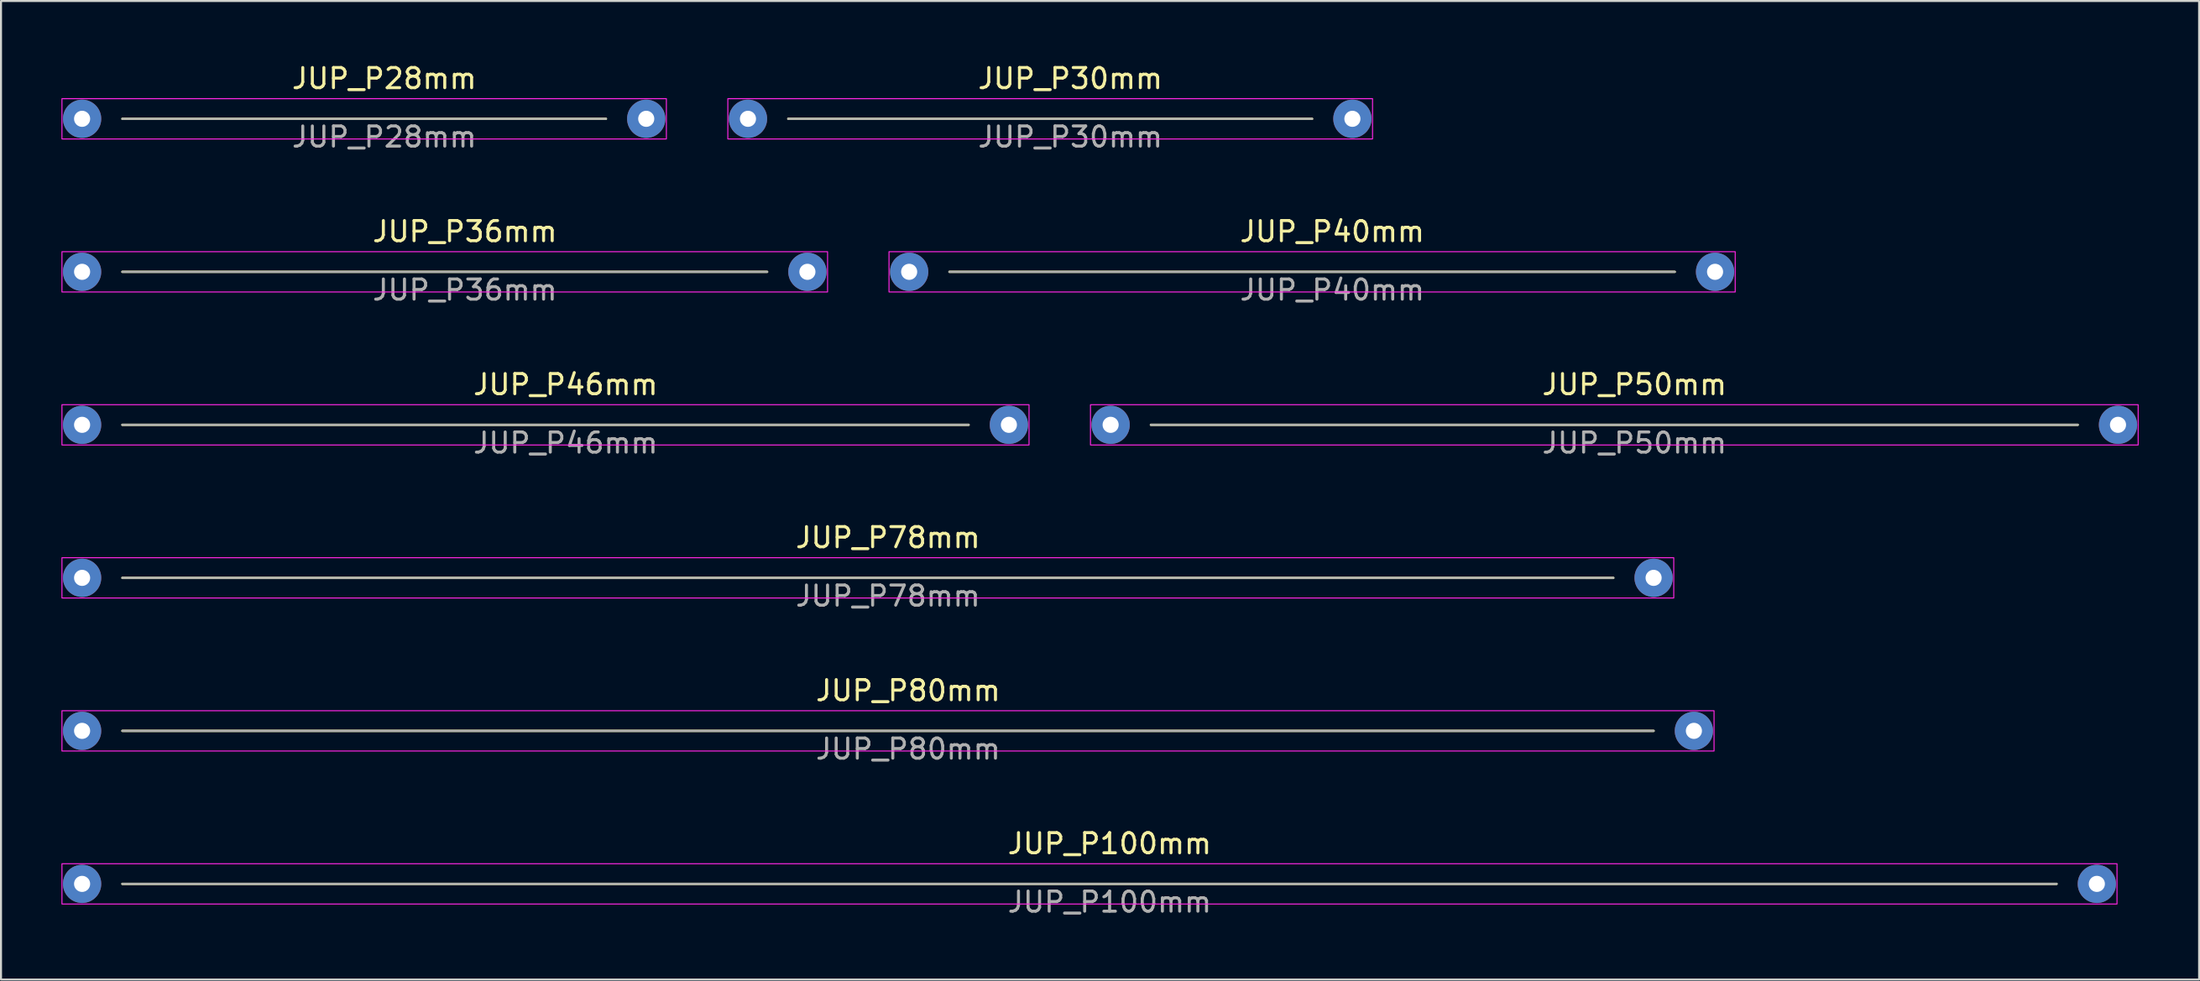
<source format=kicad_pcb>
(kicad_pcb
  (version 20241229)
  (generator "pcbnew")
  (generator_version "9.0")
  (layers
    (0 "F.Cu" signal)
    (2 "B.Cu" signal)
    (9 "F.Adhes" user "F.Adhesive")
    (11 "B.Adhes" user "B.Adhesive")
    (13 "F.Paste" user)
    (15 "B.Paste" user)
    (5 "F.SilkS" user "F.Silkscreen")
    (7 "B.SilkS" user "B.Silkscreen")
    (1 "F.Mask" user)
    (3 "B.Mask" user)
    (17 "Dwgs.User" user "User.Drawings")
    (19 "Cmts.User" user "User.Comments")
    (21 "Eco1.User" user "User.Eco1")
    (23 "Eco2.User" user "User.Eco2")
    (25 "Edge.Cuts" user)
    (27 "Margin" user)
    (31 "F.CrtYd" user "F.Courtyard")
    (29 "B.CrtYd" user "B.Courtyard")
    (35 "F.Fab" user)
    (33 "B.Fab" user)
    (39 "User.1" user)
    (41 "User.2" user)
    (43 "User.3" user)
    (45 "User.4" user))
  (footprint "JUP_P100mm"
    (layer "F.Cu")
    (at 51.025 40.831)
    (property "Reference" "JUP_P100mm" (at 1 -2 0) (unlocked yes) (layer "F.SilkS") (effects (font (size 1 1) (thickness 0.15))))
    (attr through_hole)
    (fp_line (start -48 0) (end 48 0) (stroke (width 0.12) (type solid)) (layer "F.SilkS"))
    (fp_rect (start -51 -1) (end 51 1) (stroke (width 0.05) (type solid)) (fill no) (layer "F.CrtYd"))
    (fp_line (start -48 0) (end 48 0) (stroke (width 0.1) (type solid)) (layer "F.Fab"))
    (fp_text user "${REFERENCE}" (at 1 0.9 0) (unlocked yes) (layer "F.Fab") (effects (font (size 1 1) (thickness 0.15))))
    (pad "1" thru_hole circle (at -50 0) (size 1.9 1.9) (drill 0.8) (layers "*.Cu" "*.Mask"))
    (pad "2" thru_hole circle (at 50 0) (size 1.9 1.9) (drill 0.8) (layers "*.Cu" "*.Mask")))
  (footprint "JUP_P36mm"
    (layer "F.Cu")
    (at 19.025 10.445)
    (property "Reference" "JUP_P36mm" (at 1 -2 0) (unlocked yes) (layer "F.SilkS") (effects (font (size 1 1) (thickness 0.15))))
    (attr through_hole)
    (fp_line (start -16 0) (end 16 0) (stroke (width 0.12) (type solid)) (layer "F.SilkS"))
    (fp_rect (start -19 -1) (end 19 1) (stroke (width 0.05) (type solid)) (fill no) (layer "F.CrtYd"))
    (fp_line (start -16 0) (end 16 0) (stroke (width 0.1) (type solid)) (layer "F.Fab"))
    (fp_text user "${REFERENCE}" (at 1 0.9 0) (unlocked yes) (layer "F.Fab") (effects (font (size 1 1) (thickness 0.15))))
    (pad "1" thru_hole circle (at -18 0) (size 1.9 1.9) (drill 0.8) (layers "*.Cu" "*.Mask"))
    (pad "2" thru_hole circle (at 18 0) (size 1.9 1.9) (drill 0.8) (layers "*.Cu" "*.Mask")))
  (footprint "JUP_P30mm"
    (layer "F.Cu")
    (at 49.075 2.848)
    (property "Reference" "JUP_P30mm" (at 1 -2 0) (unlocked yes) (layer "F.SilkS") (effects (font (size 1 1) (thickness 0.15))))
    (attr through_hole)
    (fp_line (start -13 0) (end 13 0) (stroke (width 0.12) (type solid)) (layer "F.SilkS"))
    (fp_rect (start -16 -1) (end 16 1) (stroke (width 0.05) (type solid)) (fill no) (layer "F.CrtYd"))
    (fp_line (start -13 0) (end 13 0) (stroke (width 0.1) (type solid)) (layer "F.Fab"))
    (fp_text user "${REFERENCE}" (at 1 0.9 0) (unlocked yes) (layer "F.Fab") (effects (font (size 1 1) (thickness 0.15))))
    (pad "1" thru_hole circle (at -15 0) (size 1.9 1.9) (drill 0.8) (layers "*.Cu" "*.Mask"))
    (pad "2" thru_hole circle (at 15 0) (size 1.9 1.9) (drill 0.8) (layers "*.Cu" "*.Mask")))
  (footprint "JUP_P46mm"
    (layer "F.Cu")
    (at 24.025 18.041)
    (property "Reference" "JUP_P46mm" (at 1 -2 0) (unlocked yes) (layer "F.SilkS") (effects (font (size 1 1) (thickness 0.15))))
    (attr through_hole)
    (fp_line (start -21 0) (end 21 0) (stroke (width 0.12) (type solid)) (layer "F.SilkS"))
    (fp_rect (start -24 -1) (end 24 1) (stroke (width 0.05) (type solid)) (fill no) (layer "F.CrtYd"))
    (fp_line (start -21 0) (end 21 0) (stroke (width 0.1) (type solid)) (layer "F.Fab"))
    (fp_text user "${REFERENCE}" (at 1 0.9 0) (unlocked yes) (layer "F.Fab") (effects (font (size 1 1) (thickness 0.15))))
    (pad "1" thru_hole circle (at -23 0) (size 1.9 1.9) (drill 0.8) (layers "*.Cu" "*.Mask"))
    (pad "2" thru_hole circle (at 23 0) (size 1.9 1.9) (drill 0.8) (layers "*.Cu" "*.Mask")))
  (footprint "JUP_P78mm"
    (layer "F.Cu")
    (at 40.025 25.638)
    (property "Reference" "JUP_P78mm" (at 1 -2 0) (unlocked yes) (layer "F.SilkS") (effects (font (size 1 1) (thickness 0.15))))
    (attr through_hole)
    (fp_line (start -37 0) (end 37 0) (stroke (width 0.12) (type solid)) (layer "F.SilkS"))
    (fp_rect (start -40 -1) (end 40 1) (stroke (width 0.05) (type solid)) (fill no) (layer "F.CrtYd"))
    (fp_line (start -37 0) (end 37 0) (stroke (width 0.1) (type solid)) (layer "F.Fab"))
    (fp_text user "${REFERENCE}" (at 1 0.9 0) (unlocked yes) (layer "F.Fab") (effects (font (size 1 1) (thickness 0.15))))
    (pad "1" thru_hole circle (at -39 0) (size 1.9 1.9) (drill 0.8) (layers "*.Cu" "*.Mask"))
    (pad "2" thru_hole circle (at 39 0) (size 1.9 1.9) (drill 0.8) (layers "*.Cu" "*.Mask")))
  (footprint "JUP_P28mm"
    (layer "F.Cu")
    (at 15.025 2.848)
    (property "Reference" "JUP_P28mm" (at 1 -2 0) (unlocked yes) (layer "F.SilkS") (effects (font (size 1 1) (thickness 0.15))))
    (attr through_hole)
    (fp_line (start -12 0) (end 12 0) (stroke (width 0.12) (type solid)) (layer "F.SilkS"))
    (fp_rect (start -15 -1) (end 15 1) (stroke (width 0.05) (type solid)) (fill no) (layer "F.CrtYd"))
    (fp_line (start -12 0) (end 12 0) (stroke (width 0.1) (type solid)) (layer "F.Fab"))
    (fp_text user "${REFERENCE}" (at 1 0.9 0) (unlocked yes) (layer "F.Fab") (effects (font (size 1 1) (thickness 0.15))))
    (pad "1" thru_hole circle (at -14 0) (size 1.9 1.9) (drill 0.8) (layers "*.Cu" "*.Mask"))
    (pad "2" thru_hole circle (at 14 0) (size 1.9 1.9) (drill 0.8) (layers "*.Cu" "*.Mask")))
  (footprint "JUP_P80mm"
    (layer "F.Cu")
    (at 41.025 33.234)
    (property "Reference" "JUP_P80mm" (at 1 -2 0) (unlocked yes) (layer "F.SilkS") (effects (font (size 1 1) (thickness 0.15))))
    (attr through_hole)
    (fp_line (start -38 0) (end 38 0) (stroke (width 0.12) (type solid)) (layer "F.SilkS"))
    (fp_rect (start -41 -1) (end 41 1) (stroke (width 0.05) (type solid)) (fill no) (layer "F.CrtYd"))
    (fp_line (start -38 0) (end 38 0) (stroke (width 0.1) (type solid)) (layer "F.Fab"))
    (fp_text user "${REFERENCE}" (at 1 0.9 0) (unlocked yes) (layer "F.Fab") (effects (font (size 1 1) (thickness 0.15))))
    (pad "1" thru_hole circle (at -40 0) (size 1.9 1.9) (drill 0.8) (layers "*.Cu" "*.Mask"))
    (pad "2" thru_hole circle (at 40 0) (size 1.9 1.9) (drill 0.8) (layers "*.Cu" "*.Mask")))
  (footprint "JUP_P40mm"
    (layer "F.Cu")
    (at 62.075 10.445)
    (property "Reference" "JUP_P40mm" (at 1 -2 0) (unlocked yes) (layer "F.SilkS") (effects (font (size 1 1) (thickness 0.15))))
    (attr through_hole)
    (fp_line (start -18 0) (end 18 0) (stroke (width 0.12) (type solid)) (layer "F.SilkS"))
    (fp_rect (start -21 -1) (end 21 1) (stroke (width 0.05) (type solid)) (fill no) (layer "F.CrtYd"))
    (fp_line (start -18 0) (end 18 0) (stroke (width 0.1) (type solid)) (layer "F.Fab"))
    (fp_text user "${REFERENCE}" (at 1 0.9 0) (unlocked yes) (layer "F.Fab") (effects (font (size 1 1) (thickness 0.15))))
    (pad "1" thru_hole circle (at -20 0) (size 1.9 1.9) (drill 0.8) (layers "*.Cu" "*.Mask"))
    (pad "2" thru_hole circle (at 20 0) (size 1.9 1.9) (drill 0.8) (layers "*.Cu" "*.Mask")))
  (footprint "JUP_P50mm"
    (layer "F.Cu")
    (at 77.075 18.041)
    (property "Reference" "JUP_P50mm" (at 1 -2 0) (unlocked yes) (layer "F.SilkS") (effects (font (size 1 1) (thickness 0.15))))
    (attr through_hole)
    (fp_line (start -23 0) (end 23 0) (stroke (width 0.12) (type solid)) (layer "F.SilkS"))
    (fp_rect (start -26 -1) (end 26 1) (stroke (width 0.05) (type solid)) (fill no) (layer "F.CrtYd"))
    (fp_line (start -23 0) (end 23 0) (stroke (width 0.1) (type solid)) (layer "F.Fab"))
    (fp_text user "${REFERENCE}" (at 1 0.9 0) (unlocked yes) (layer "F.Fab") (effects (font (size 1 1) (thickness 0.15))))
    (pad "1" thru_hole circle (at -25 0) (size 1.9 1.9) (drill 0.8) (layers "*.Cu" "*.Mask"))
    (pad "2" thru_hole circle (at 25 0) (size 1.9 1.9) (drill 0.8) (layers "*.Cu" "*.Mask")))
  (gr_rect
    (start -3 -3)
    (end 106.1 45.579)
    (stroke (width 0.1) (type default))
    (fill no)
    (layer "Edge.Cuts")))
</source>
